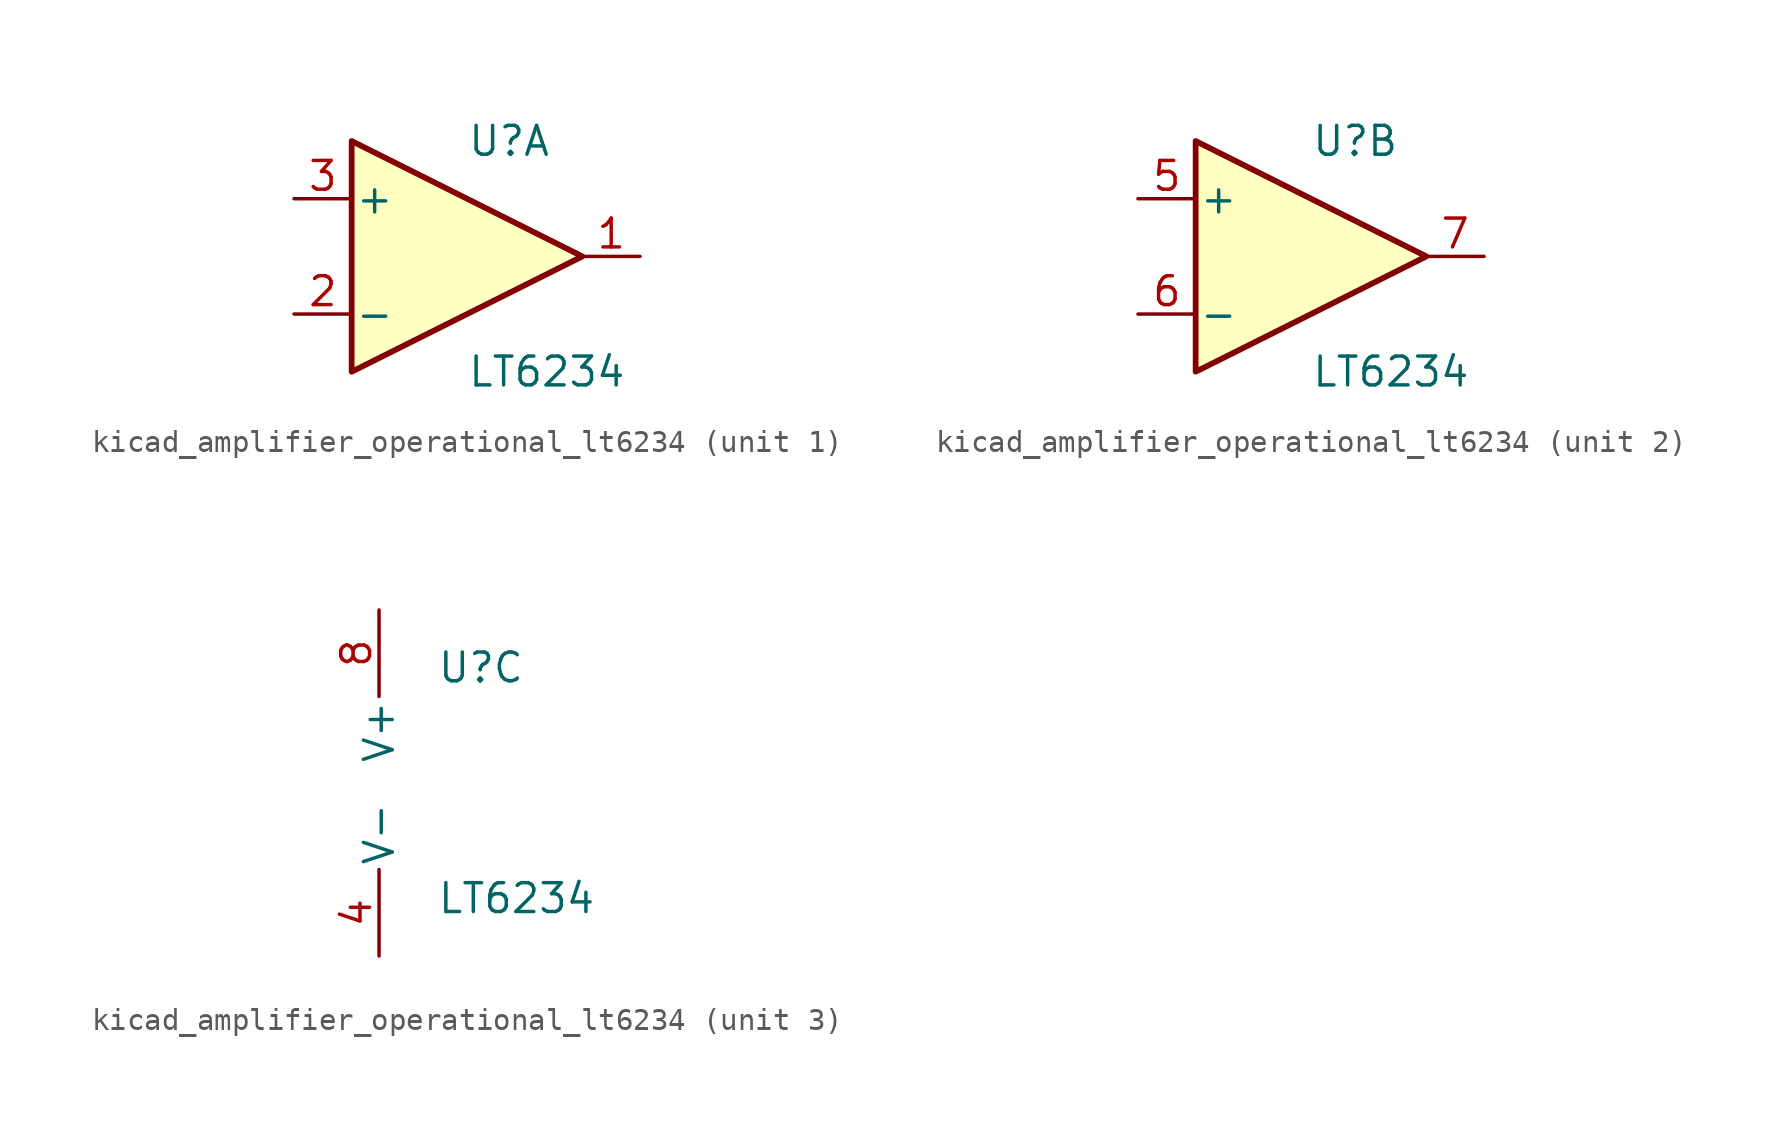
<source format=kicad_sym>
(kicad_symbol_lib
  (version 20220914)
  (generator kicad_symbol_editor)
  (symbol "kicad_amplifier_operational_lt6234"
    (pin_names
      (offset 0.127))
    (property "Reference" "U"
      (at 0 5.08 0)
      (effects (font (size 1.27 1.27)) (justify left)))
    (property "Value" "LT6234"
      (at 0 -5.08 0)
      (effects (font (size 1.27 1.27)) (justify left)))
    (property "ki_locked" ""
      (at 0 0 0)
      (effects (font (size 1.27 1.27))))
    (symbol "kicad_amplifier_operational_lt6234_1_1"
      (polyline (pts (xy -5.08 5.08) (xy 5.08 0) (xy -5.08 -5.08) (xy -5.08 5.08)) (stroke (width 0.254) (type default)) (fill (type background)))
      (pin output line (at 7.62 0 180) (length 2.54) (name "~" (effects (font (size 1.27 1.27)))) (number "1" (effects (font (size 1.27 1.27)))))
      (pin input line (at -7.62 -2.54 0) (length 2.54) (name "-" (effects (font (size 1.27 1.27)))) (number "2" (effects (font (size 1.27 1.27)))))
      (pin input line (at -7.62 2.54 0) (length 2.54) (name "+" (effects (font (size 1.27 1.27)))) (number "3" (effects (font (size 1.27 1.27))))))
    (symbol "kicad_amplifier_operational_lt6234_2_1"
      (polyline (pts (xy -5.08 5.08) (xy 5.08 0) (xy -5.08 -5.08) (xy -5.08 5.08)) (stroke (width 0.254) (type default)) (fill (type background)))
      (pin input line (at -7.62 2.54 0) (length 2.54) (name "+" (effects (font (size 1.27 1.27)))) (number "5" (effects (font (size 1.27 1.27)))))
      (pin input line (at -7.62 -2.54 0) (length 2.54) (name "-" (effects (font (size 1.27 1.27)))) (number "6" (effects (font (size 1.27 1.27)))))
      (pin output line (at 7.62 0 180) (length 2.54) (name "~" (effects (font (size 1.27 1.27)))) (number "7" (effects (font (size 1.27 1.27))))))
    (symbol "kicad_amplifier_operational_lt6234_3_1"
      (pin power_in line (at -2.54 -7.62 90) (length 3.81) (name "V-" (effects (font (size 1.27 1.27)))) (number "4" (effects (font (size 1.27 1.27)))))
      (pin power_in line (at -2.54 7.62 270) (length 3.81) (name "V+" (effects (font (size 1.27 1.27)))) (number "8" (effects (font (size 1.27 1.27))))))))
</source>
